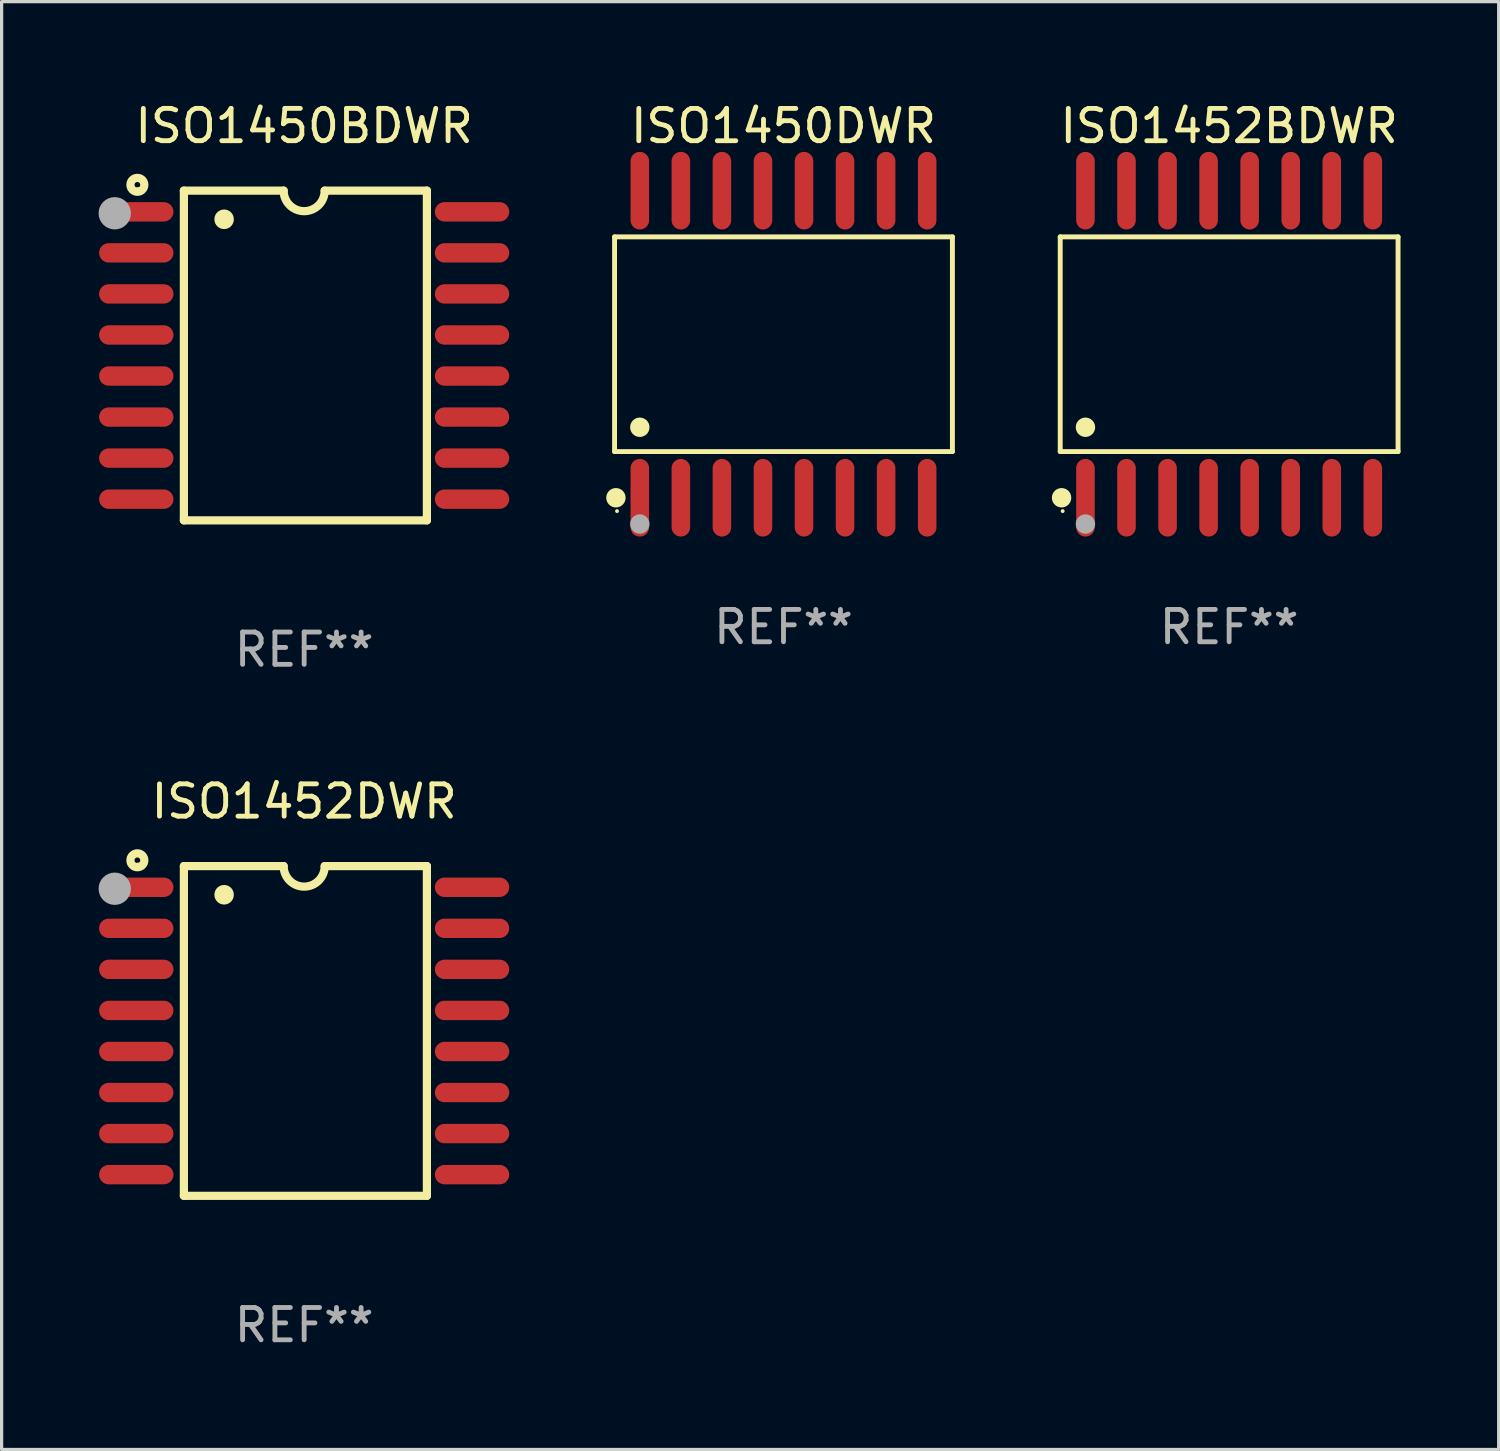
<source format=kicad_pcb>
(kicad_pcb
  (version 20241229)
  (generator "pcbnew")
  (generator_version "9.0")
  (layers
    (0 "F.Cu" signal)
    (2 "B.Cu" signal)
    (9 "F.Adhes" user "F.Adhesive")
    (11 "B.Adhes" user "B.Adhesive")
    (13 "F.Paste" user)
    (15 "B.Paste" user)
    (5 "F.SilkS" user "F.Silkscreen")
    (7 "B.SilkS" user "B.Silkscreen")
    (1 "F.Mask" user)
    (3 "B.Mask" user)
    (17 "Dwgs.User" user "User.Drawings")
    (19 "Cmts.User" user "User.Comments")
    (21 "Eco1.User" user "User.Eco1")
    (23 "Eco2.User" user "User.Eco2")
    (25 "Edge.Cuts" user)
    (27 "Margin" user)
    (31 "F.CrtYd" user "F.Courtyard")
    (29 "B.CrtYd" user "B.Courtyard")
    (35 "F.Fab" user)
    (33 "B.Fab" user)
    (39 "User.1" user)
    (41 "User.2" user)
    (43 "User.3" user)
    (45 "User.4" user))
  (footprint "ISO1452BDWR"
    (layer "F.Cu")
    (at 34.976 7.599)
    (property "Reference" "ISO1452BDWR" (at 0 -6.75 0) (layer "F.SilkS") (effects (font (size 1 1) (thickness 0.15))))
    (attr through_hole)
    (fp_line (start -5.226 -3.321) (end 5.226 -3.321) (stroke (width 0.152) (type solid)) (layer "F.SilkS"))
    (fp_line (start -5.226 3.321) (end -5.226 -3.321) (stroke (width 0.152) (type solid)) (layer "F.SilkS"))
    (fp_line (start 5.226 -3.321) (end 5.226 3.321) (stroke (width 0.152) (type solid)) (layer "F.SilkS"))
    (fp_line (start 5.226 3.321) (end -5.226 3.321) (stroke (width 0.152) (type solid)) (layer "F.SilkS"))
    (fp_circle (center -5.184 4.75) (end -5.034 4.75) (stroke (width 0.3) (type solid)) (fill no) (layer "F.SilkS"))
    (fp_circle (center -5.15 5.163) (end -5.12 5.163) (stroke (width 0.06) (type solid)) (fill no) (layer "F.SilkS"))
    (fp_circle (center -4.445 2.569) (end -4.295 2.569) (stroke (width 0.3) (type solid)) (fill no) (layer "F.SilkS"))
    (fp_circle (center -4.445 5.563) (end -4.295 5.563) (stroke (width 0.3) (type solid)) (fill no) (layer "F.Fab"))
    (fp_text user "REF**" (at 0 8.75 0) (layer "F.Fab") (effects (font (size 1 1) (thickness 0.15))))
    (pad "1" smd oval (at -4.445 4.75) (size 0.574 2.401) (layers "F.Cu" "F.Mask" "F.Paste"))
    (pad "2" smd oval (at -3.175 4.75) (size 0.574 2.401) (layers "F.Cu" "F.Mask" "F.Paste"))
    (pad "3" smd oval (at -1.905 4.75) (size 0.574 2.401) (layers "F.Cu" "F.Mask" "F.Paste"))
    (pad "4" smd oval (at -0.635 4.75) (size 0.574 2.401) (layers "F.Cu" "F.Mask" "F.Paste"))
    (pad "5" smd oval (at 0.635 4.75) (size 0.574 2.401) (layers "F.Cu" "F.Mask" "F.Paste"))
    (pad "6" smd oval (at 1.905 4.75) (size 0.574 2.401) (layers "F.Cu" "F.Mask" "F.Paste"))
    (pad "7" smd oval (at 3.175 4.75) (size 0.574 2.401) (layers "F.Cu" "F.Mask" "F.Paste"))
    (pad "8" smd oval (at 4.445 4.75) (size 0.574 2.401) (layers "F.Cu" "F.Mask" "F.Paste"))
    (pad "9" smd oval (at 4.445 -4.75) (size 0.574 2.401) (layers "F.Cu" "F.Mask" "F.Paste"))
    (pad "10" smd oval (at 3.175 -4.75) (size 0.574 2.401) (layers "F.Cu" "F.Mask" "F.Paste"))
    (pad "11" smd oval (at 1.905 -4.75) (size 0.574 2.401) (layers "F.Cu" "F.Mask" "F.Paste"))
    (pad "12" smd oval (at 0.635 -4.75) (size 0.574 2.401) (layers "F.Cu" "F.Mask" "F.Paste"))
    (pad "13" smd oval (at -0.635 -4.75) (size 0.574 2.401) (layers "F.Cu" "F.Mask" "F.Paste"))
    (pad "14" smd oval (at -1.905 -4.75) (size 0.574 2.401) (layers "F.Cu" "F.Mask" "F.Paste"))
    (pad "15" smd oval (at -3.175 -4.75) (size 0.574 2.401) (layers "F.Cu" "F.Mask" "F.Paste"))
    (pad "16" smd oval (at -4.445 -4.75) (size 0.574 2.401) (layers "F.Cu" "F.Mask" "F.Paste")))
  (footprint "ISO1450BDWR"
    (layer "F.Cu")
    (at 6.36 7.948)
    (property "Reference" "ISO1450BDWR" (at 0 -7.1 0) (layer "F.SilkS") (effects (font (size 1 1) (thickness 0.15))))
    (attr through_hole)
    (fp_line (start -3.721 -5.1) (end -3.721 5.1) (stroke (width 0.254) (type solid)) (layer "F.SilkS"))
    (fp_line (start -3.721 -5.1) (end -0.635 -5.1) (stroke (width 0.254) (type solid)) (layer "F.SilkS"))
    (fp_line (start -3.721 5.1) (end 3.797 5.1) (stroke (width 0.254) (type solid)) (layer "F.SilkS"))
    (fp_line (start 3.797 -5.1) (end 0.635 -5.1) (stroke (width 0.254) (type solid)) (layer "F.SilkS"))
    (fp_line (start 3.797 5.1) (end 3.797 -5.1) (stroke (width 0.254) (type solid)) (layer "F.SilkS"))
    (fp_arc (start -2.476556 -4.211328) (mid -2.476567 -4.213868) (end -2.476556 -4.216408) (stroke (width 0.6) (type solid)) (layer "F.SilkS"))
    (fp_arc (start 0.63495 -5.100076) (mid -0.000178 -4.465329) (end -0.635052 -5.10033) (stroke (width 0.254001) (type solid)) (layer "F.SilkS"))
    (fp_circle (center -5.16 -5.28) (end -4.945 -5.28) (stroke (width 0.254) (type solid)) (fill no) (layer "F.SilkS"))
    (fp_circle (center -5.15 -5.15) (end -5.12 -5.15) (stroke (width 0.06) (type solid)) (fill no) (layer "F.SilkS"))
    (fp_circle (center -5.86 -4.4) (end -5.61 -4.4) (stroke (width 0.5) (type solid)) (fill no) (layer "F.Fab"))
    (fp_text user "REF**" (at 0 9.1 0) (layer "F.Fab") (effects (font (size 1 1) (thickness 0.15))))
    (pad "1" smd oval (at -5.194 -4.445) (size 2.3 0.6) (layers "F.Cu" "F.Mask" "F.Paste"))
    (pad "2" smd oval (at -5.194 -3.175) (size 2.3 0.6) (layers "F.Cu" "F.Mask" "F.Paste"))
    (pad "3" smd oval (at -5.194 -1.905) (size 2.3 0.6) (layers "F.Cu" "F.Mask" "F.Paste"))
    (pad "4" smd oval (at -5.194 -0.635) (size 2.3 0.6) (layers "F.Cu" "F.Mask" "F.Paste"))
    (pad "5" smd oval (at -5.194 0.635) (size 2.3 0.6) (layers "F.Cu" "F.Mask" "F.Paste"))
    (pad "6" smd oval (at -5.194 1.905) (size 2.3 0.6) (layers "F.Cu" "F.Mask" "F.Paste"))
    (pad "7" smd oval (at -5.194 3.175) (size 2.3 0.6) (layers "F.Cu" "F.Mask" "F.Paste"))
    (pad "8" smd oval (at -5.194 4.445) (size 2.3 0.6) (layers "F.Cu" "F.Mask" "F.Paste"))
    (pad "9" smd oval (at 5.194 4.445) (size 2.3 0.6) (layers "F.Cu" "F.Mask" "F.Paste"))
    (pad "10" smd oval (at 5.194 3.175) (size 2.3 0.6) (layers "F.Cu" "F.Mask" "F.Paste"))
    (pad "11" smd oval (at 5.194 1.905) (size 2.3 0.6) (layers "F.Cu" "F.Mask" "F.Paste"))
    (pad "12" smd oval (at 5.194 0.635) (size 2.3 0.6) (layers "F.Cu" "F.Mask" "F.Paste"))
    (pad "13" smd oval (at 5.194 -0.635) (size 2.3 0.6) (layers "F.Cu" "F.Mask" "F.Paste"))
    (pad "14" smd oval (at 5.194 -1.905) (size 2.3 0.6) (layers "F.Cu" "F.Mask" "F.Paste"))
    (pad "15" smd oval (at 5.194 -3.175) (size 2.3 0.6) (layers "F.Cu" "F.Mask" "F.Paste"))
    (pad "16" smd oval (at 5.194 -4.445) (size 2.3 0.6) (layers "F.Cu" "F.Mask" "F.Paste")))
  (footprint "ISO1452DWR"
    (layer "F.Cu")
    (at 6.36 28.845)
    (property "Reference" "ISO1452DWR" (at 0 -7.1 0) (layer "F.SilkS") (effects (font (size 1 1) (thickness 0.15))))
    (attr through_hole)
    (fp_line (start -3.721 -5.1) (end -3.721 5.1) (stroke (width 0.254) (type solid)) (layer "F.SilkS"))
    (fp_line (start -3.721 -5.1) (end -0.635 -5.1) (stroke (width 0.254) (type solid)) (layer "F.SilkS"))
    (fp_line (start -3.721 5.1) (end 3.797 5.1) (stroke (width 0.254) (type solid)) (layer "F.SilkS"))
    (fp_line (start 3.797 -5.1) (end 0.635 -5.1) (stroke (width 0.254) (type solid)) (layer "F.SilkS"))
    (fp_line (start 3.797 5.1) (end 3.797 -5.1) (stroke (width 0.254) (type solid)) (layer "F.SilkS"))
    (fp_arc (start -2.476556 -4.211328) (mid -2.476567 -4.213868) (end -2.476556 -4.216408) (stroke (width 0.6) (type solid)) (layer "F.SilkS"))
    (fp_arc (start 0.63495 -5.100076) (mid -0.000178 -4.465329) (end -0.635052 -5.10033) (stroke (width 0.254001) (type solid)) (layer "F.SilkS"))
    (fp_circle (center -5.16 -5.28) (end -4.945 -5.28) (stroke (width 0.254) (type solid)) (fill no) (layer "F.SilkS"))
    (fp_circle (center -5.15 -5.15) (end -5.12 -5.15) (stroke (width 0.06) (type solid)) (fill no) (layer "F.SilkS"))
    (fp_circle (center -5.86 -4.4) (end -5.61 -4.4) (stroke (width 0.5) (type solid)) (fill no) (layer "F.Fab"))
    (fp_text user "REF**" (at 0 9.1 0) (layer "F.Fab") (effects (font (size 1 1) (thickness 0.15))))
    (pad "1" smd oval (at -5.194 -4.445) (size 2.3 0.6) (layers "F.Cu" "F.Mask" "F.Paste"))
    (pad "2" smd oval (at -5.194 -3.175) (size 2.3 0.6) (layers "F.Cu" "F.Mask" "F.Paste"))
    (pad "3" smd oval (at -5.194 -1.905) (size 2.3 0.6) (layers "F.Cu" "F.Mask" "F.Paste"))
    (pad "4" smd oval (at -5.194 -0.635) (size 2.3 0.6) (layers "F.Cu" "F.Mask" "F.Paste"))
    (pad "5" smd oval (at -5.194 0.635) (size 2.3 0.6) (layers "F.Cu" "F.Mask" "F.Paste"))
    (pad "6" smd oval (at -5.194 1.905) (size 2.3 0.6) (layers "F.Cu" "F.Mask" "F.Paste"))
    (pad "7" smd oval (at -5.194 3.175) (size 2.3 0.6) (layers "F.Cu" "F.Mask" "F.Paste"))
    (pad "8" smd oval (at -5.194 4.445) (size 2.3 0.6) (layers "F.Cu" "F.Mask" "F.Paste"))
    (pad "9" smd oval (at 5.194 4.445) (size 2.3 0.6) (layers "F.Cu" "F.Mask" "F.Paste"))
    (pad "10" smd oval (at 5.194 3.175) (size 2.3 0.6) (layers "F.Cu" "F.Mask" "F.Paste"))
    (pad "11" smd oval (at 5.194 1.905) (size 2.3 0.6) (layers "F.Cu" "F.Mask" "F.Paste"))
    (pad "12" smd oval (at 5.194 0.635) (size 2.3 0.6) (layers "F.Cu" "F.Mask" "F.Paste"))
    (pad "13" smd oval (at 5.194 -0.635) (size 2.3 0.6) (layers "F.Cu" "F.Mask" "F.Paste"))
    (pad "14" smd oval (at 5.194 -1.905) (size 2.3 0.6) (layers "F.Cu" "F.Mask" "F.Paste"))
    (pad "15" smd oval (at 5.194 -3.175) (size 2.3 0.6) (layers "F.Cu" "F.Mask" "F.Paste"))
    (pad "16" smd oval (at 5.194 -4.445) (size 2.3 0.6) (layers "F.Cu" "F.Mask" "F.Paste")))
  (footprint "ISO1450DWR"
    (layer "F.Cu")
    (at 21.189 7.599)
    (property "Reference" "ISO1450DWR" (at 0 -6.75 0) (layer "F.SilkS") (effects (font (size 1 1) (thickness 0.15))))
    (attr through_hole)
    (fp_line (start -5.226 -3.321) (end 5.226 -3.321) (stroke (width 0.152) (type solid)) (layer "F.SilkS"))
    (fp_line (start -5.226 3.321) (end -5.226 -3.321) (stroke (width 0.152) (type solid)) (layer "F.SilkS"))
    (fp_line (start 5.226 -3.321) (end 5.226 3.321) (stroke (width 0.152) (type solid)) (layer "F.SilkS"))
    (fp_line (start 5.226 3.321) (end -5.226 3.321) (stroke (width 0.152) (type solid)) (layer "F.SilkS"))
    (fp_circle (center -5.184 4.75) (end -5.034 4.75) (stroke (width 0.3) (type solid)) (fill no) (layer "F.SilkS"))
    (fp_circle (center -5.15 5.163) (end -5.12 5.163) (stroke (width 0.06) (type solid)) (fill no) (layer "F.SilkS"))
    (fp_circle (center -4.445 2.569) (end -4.295 2.569) (stroke (width 0.3) (type solid)) (fill no) (layer "F.SilkS"))
    (fp_circle (center -4.445 5.563) (end -4.295 5.563) (stroke (width 0.3) (type solid)) (fill no) (layer "F.Fab"))
    (fp_text user "REF**" (at 0 8.75 0) (layer "F.Fab") (effects (font (size 1 1) (thickness 0.15))))
    (pad "1" smd oval (at -4.445 4.75) (size 0.574 2.401) (layers "F.Cu" "F.Mask" "F.Paste"))
    (pad "2" smd oval (at -3.175 4.75) (size 0.574 2.401) (layers "F.Cu" "F.Mask" "F.Paste"))
    (pad "3" smd oval (at -1.905 4.75) (size 0.574 2.401) (layers "F.Cu" "F.Mask" "F.Paste"))
    (pad "4" smd oval (at -0.635 4.75) (size 0.574 2.401) (layers "F.Cu" "F.Mask" "F.Paste"))
    (pad "5" smd oval (at 0.635 4.75) (size 0.574 2.401) (layers "F.Cu" "F.Mask" "F.Paste"))
    (pad "6" smd oval (at 1.905 4.75) (size 0.574 2.401) (layers "F.Cu" "F.Mask" "F.Paste"))
    (pad "7" smd oval (at 3.175 4.75) (size 0.574 2.401) (layers "F.Cu" "F.Mask" "F.Paste"))
    (pad "8" smd oval (at 4.445 4.75) (size 0.574 2.401) (layers "F.Cu" "F.Mask" "F.Paste"))
    (pad "9" smd oval (at 4.445 -4.75) (size 0.574 2.401) (layers "F.Cu" "F.Mask" "F.Paste"))
    (pad "10" smd oval (at 3.175 -4.75) (size 0.574 2.401) (layers "F.Cu" "F.Mask" "F.Paste"))
    (pad "11" smd oval (at 1.905 -4.75) (size 0.574 2.401) (layers "F.Cu" "F.Mask" "F.Paste"))
    (pad "12" smd oval (at 0.635 -4.75) (size 0.574 2.401) (layers "F.Cu" "F.Mask" "F.Paste"))
    (pad "13" smd oval (at -0.635 -4.75) (size 0.574 2.401) (layers "F.Cu" "F.Mask" "F.Paste"))
    (pad "14" smd oval (at -1.905 -4.75) (size 0.574 2.401) (layers "F.Cu" "F.Mask" "F.Paste"))
    (pad "15" smd oval (at -3.175 -4.75) (size 0.574 2.401) (layers "F.Cu" "F.Mask" "F.Paste"))
    (pad "16" smd oval (at -4.445 -4.75) (size 0.574 2.401) (layers "F.Cu" "F.Mask" "F.Paste")))
  (gr_rect
    (start -3 -3)
    (end 43.315 41.793)
    (stroke (width 0.1) (type default))
    (fill no)
    (layer "Edge.Cuts")))
</source>
